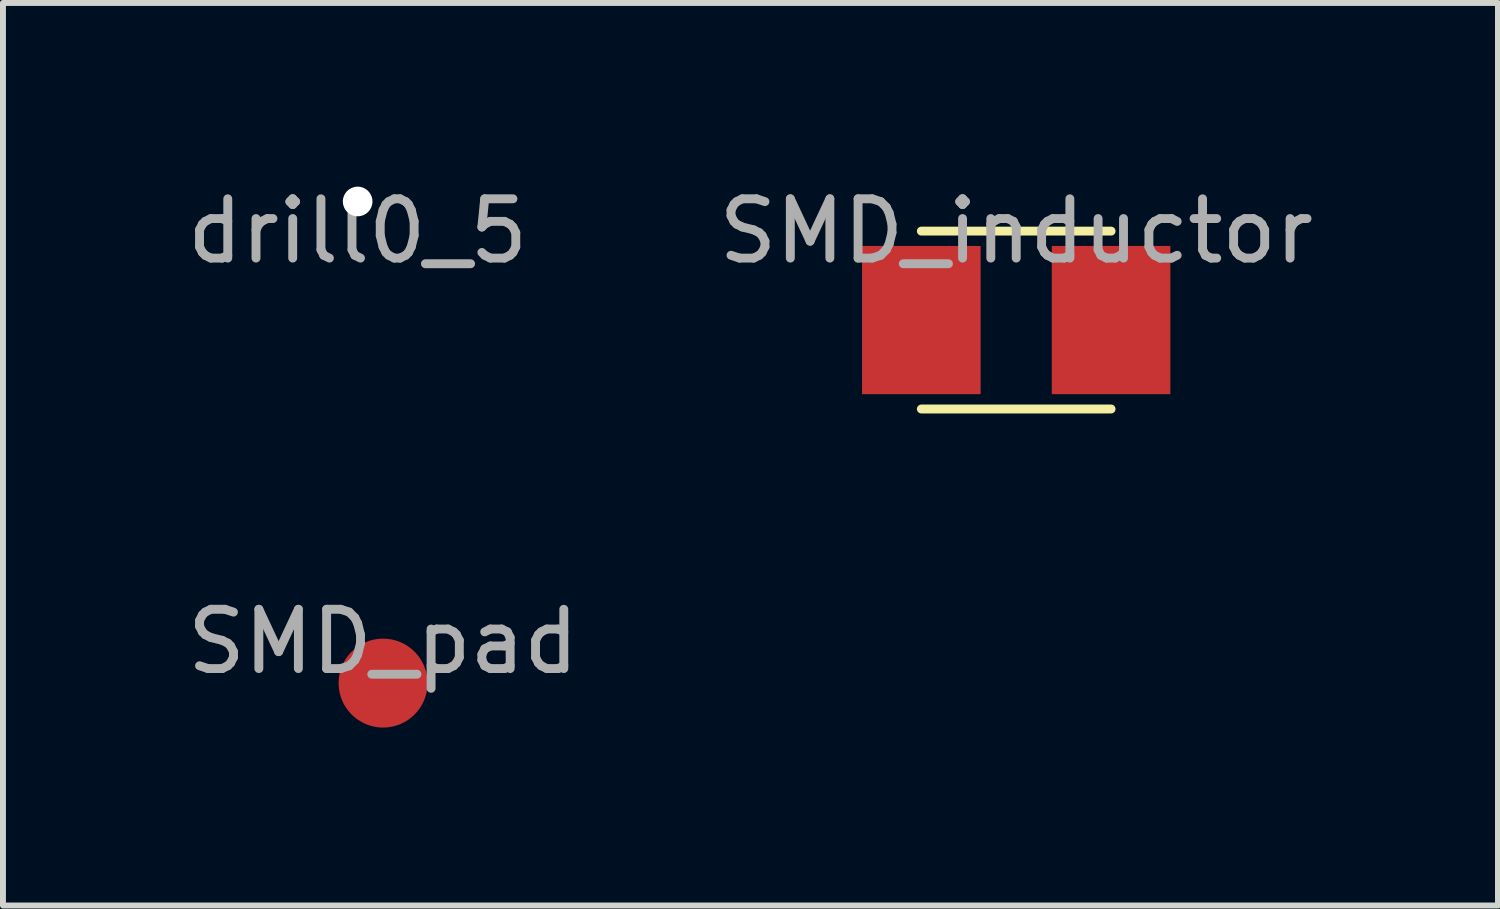
<source format=kicad_pcb>
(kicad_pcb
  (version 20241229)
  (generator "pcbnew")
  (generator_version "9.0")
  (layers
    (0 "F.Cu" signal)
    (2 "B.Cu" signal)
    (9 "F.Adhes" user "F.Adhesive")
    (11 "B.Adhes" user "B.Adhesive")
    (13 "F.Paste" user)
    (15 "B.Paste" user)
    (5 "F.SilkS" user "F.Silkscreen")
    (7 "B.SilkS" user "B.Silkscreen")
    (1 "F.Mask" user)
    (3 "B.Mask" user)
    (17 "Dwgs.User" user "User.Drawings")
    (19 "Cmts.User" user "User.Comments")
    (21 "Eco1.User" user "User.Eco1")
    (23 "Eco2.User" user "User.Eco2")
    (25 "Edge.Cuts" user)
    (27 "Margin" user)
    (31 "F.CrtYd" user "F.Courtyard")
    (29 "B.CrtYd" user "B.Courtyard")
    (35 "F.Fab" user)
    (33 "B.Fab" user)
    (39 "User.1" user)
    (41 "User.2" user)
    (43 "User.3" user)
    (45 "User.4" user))
  (footprint "drill0_5"
    (layer "F.Cu")
    (at 2.982 0.348)
    (property "Reference" "drill0_5" (at 0 0.5 0) (layer "F.Fab") (effects (font (size 1 1) (thickness 0.15))))
    (attr through_hole)
    (pad "" np_thru_hole circle (at 0 0) (size 0.5 0.5) (drill 0.5) (layers "*.Cu" "*.Mask")))
  (footprint "SMD_pad"
    (layer "F.Cu")
    (at 3.411 7.271)
    (property "Reference" "SMD_pad" (at 0 0.5 0) (layer "F.Fab") (effects (font (size 1 1) (thickness 0.15))))
    (attr through_hole)
    (pad "1" smd circle (at 0 1.2) (size 1.5 1.5) (layers "F.Cu" "F.Mask" "F.Paste")))
  (footprint "SMD_inductor"
    (layer "F.Cu")
    (at 14.089 0.348)
    (property "Reference" "SMD_inductor" (at 0 0.5 0) (layer "F.Fab") (effects (font (size 1 1) (thickness 0.15))))
    (attr through_hole)
    (fp_line (start -1.6 3.5) (end 1.6 3.5) (stroke (width 0.15) (type solid)) (layer "F.SilkS"))
    (fp_line (start 0 0.5) (end -1.6 0.5) (stroke (width 0.15) (type solid)) (layer "F.SilkS"))
    (fp_line (start 1.6 0.5) (end 0 0.5) (stroke (width 0.15) (type solid)) (layer "F.SilkS"))
    (pad "1" smd rect (at -1.6 2) (size 2 2.5) (layers "F.Cu" "F.Mask" "F.Paste"))
    (pad "2" smd rect (at 1.6 2) (size 2 2.5) (layers "F.Cu" "F.Mask" "F.Paste")))
  (gr_rect
    (start -3 -3)
    (end 22.214 12.222)
    (stroke (width 0.1) (type default))
    (fill no)
    (layer "Edge.Cuts")))
</source>
